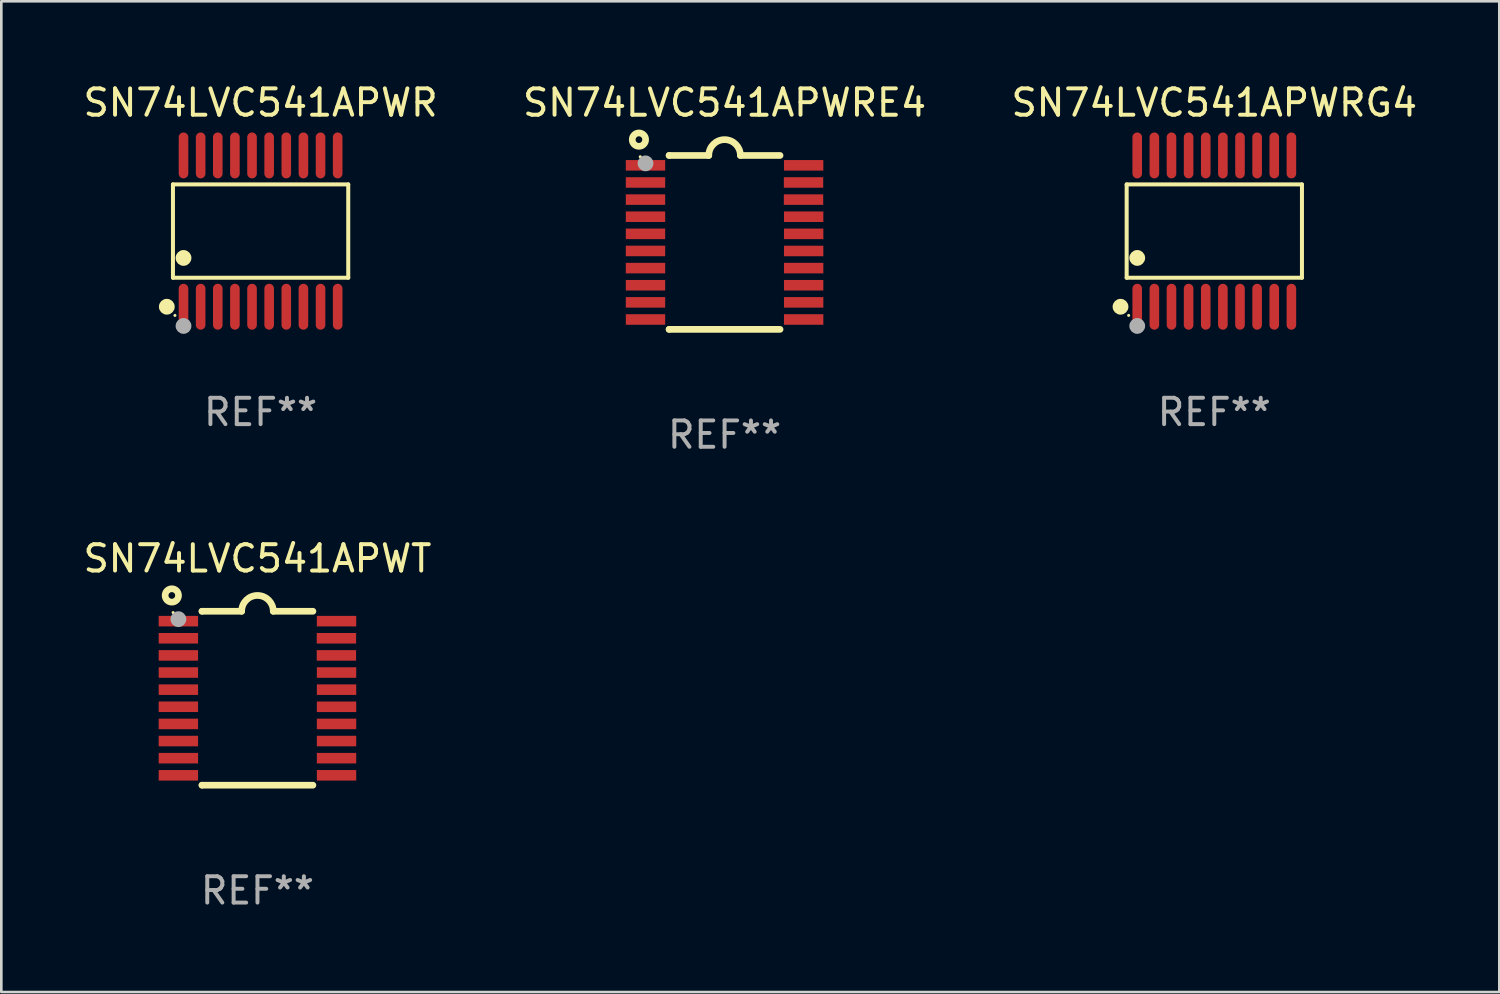
<source format=kicad_pcb>
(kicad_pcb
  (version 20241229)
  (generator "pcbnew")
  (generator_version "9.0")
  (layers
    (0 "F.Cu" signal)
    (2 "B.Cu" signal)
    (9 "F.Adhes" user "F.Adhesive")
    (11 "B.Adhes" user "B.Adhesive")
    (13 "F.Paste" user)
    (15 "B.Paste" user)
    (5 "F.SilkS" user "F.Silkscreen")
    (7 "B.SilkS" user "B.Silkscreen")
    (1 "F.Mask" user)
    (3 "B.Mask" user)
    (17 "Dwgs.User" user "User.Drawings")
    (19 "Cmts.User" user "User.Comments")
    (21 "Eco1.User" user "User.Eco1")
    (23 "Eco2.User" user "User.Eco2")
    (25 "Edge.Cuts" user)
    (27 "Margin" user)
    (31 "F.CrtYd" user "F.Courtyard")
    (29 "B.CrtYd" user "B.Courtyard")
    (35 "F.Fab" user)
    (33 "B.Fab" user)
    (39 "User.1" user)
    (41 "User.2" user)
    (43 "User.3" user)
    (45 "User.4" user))
  (footprint "SN74LVC541APWT"
    (layer "F.Cu")
    (at 6.72 23.446)
    (property "Reference" "SN74LVC541APWT" (at 0 -5.3 0) (layer "F.SilkS") (effects (font (size 1 1) (thickness 0.15))))
    (attr through_hole)
    (fp_line (start -2.105 -3.3) (end -2.105 -3.3) (stroke (width 0.254) (type solid)) (layer "F.SilkS"))
    (fp_line (start -2.105 -3.3) (end -0.6 -3.3) (stroke (width 0.254) (type solid)) (layer "F.SilkS"))
    (fp_line (start -2.105 3.3) (end -2.105 3.3) (stroke (width 0.254) (type solid)) (layer "F.SilkS"))
    (fp_line (start 0.6 -3.3) (end 2.105 -3.3) (stroke (width 0.254) (type solid)) (layer "F.SilkS"))
    (fp_line (start 2.105 3.3) (end -2.105 3.3) (stroke (width 0.254) (type solid)) (layer "F.SilkS"))
    (fp_arc (start -0.599924 -3.300026) (mid 0.000114 -3.897415) (end 0.600152 -3.300025) (stroke (width 0.254001) (type solid)) (layer "F.SilkS"))
    (fp_circle (center -3.25 -3.9) (end -2.996 -3.9) (stroke (width 0.254) (type solid)) (fill no) (layer "F.SilkS"))
    (fp_circle (center -3.2 -3.25) (end -3.17 -3.25) (stroke (width 0.06) (type solid)) (fill no) (layer "F.SilkS"))
    (fp_circle (center -3 -3) (end -2.85 -3) (stroke (width 0.3) (type solid)) (fill no) (layer "F.Fab"))
    (fp_text user "REF**" (at 0 7.3 0) (layer "F.Fab") (effects (font (size 1 1) (thickness 0.15))))
    (pad "1" smd rect (at -3.001 -2.925 270) (size 0.4 1.494) (layers "F.Cu" "F.Mask" "F.Paste"))
    (pad "2" smd rect (at -3.001 -2.275 270) (size 0.4 1.494) (layers "F.Cu" "F.Mask" "F.Paste"))
    (pad "3" smd rect (at -3.001 -1.625 270) (size 0.4 1.494) (layers "F.Cu" "F.Mask" "F.Paste"))
    (pad "4" smd rect (at -3.001 -0.975 270) (size 0.4 1.494) (layers "F.Cu" "F.Mask" "F.Paste"))
    (pad "5" smd rect (at -3.001 -0.325 270) (size 0.4 1.494) (layers "F.Cu" "F.Mask" "F.Paste"))
    (pad "6" smd rect (at -3.001 0.324 270) (size 0.4 1.494) (layers "F.Cu" "F.Mask" "F.Paste"))
    (pad "7" smd rect (at -3.001 0.975 270) (size 0.4 1.494) (layers "F.Cu" "F.Mask" "F.Paste"))
    (pad "8" smd rect (at -3.001 1.625 270) (size 0.4 1.494) (layers "F.Cu" "F.Mask" "F.Paste"))
    (pad "9" smd rect (at -3.001 2.275 270) (size 0.4 1.494) (layers "F.Cu" "F.Mask" "F.Paste"))
    (pad "10" smd rect (at -3.001 2.925 270) (size 0.4 1.494) (layers "F.Cu" "F.Mask" "F.Paste"))
    (pad "11" smd rect (at 3.001 2.925 270) (size 0.4 1.494) (layers "F.Cu" "F.Mask" "F.Paste"))
    (pad "12" smd rect (at 3.001 2.275 270) (size 0.4 1.494) (layers "F.Cu" "F.Mask" "F.Paste"))
    (pad "13" smd rect (at 3.001 1.625 270) (size 0.4 1.494) (layers "F.Cu" "F.Mask" "F.Paste"))
    (pad "14" smd rect (at 3.001 0.975 270) (size 0.4 1.494) (layers "F.Cu" "F.Mask" "F.Paste"))
    (pad "15" smd rect (at 3.001 0.325 270) (size 0.4 1.494) (layers "F.Cu" "F.Mask" "F.Paste"))
    (pad "16" smd rect (at 3.001 -0.325 270) (size 0.4 1.494) (layers "F.Cu" "F.Mask" "F.Paste"))
    (pad "17" smd rect (at 3.001 -0.975 270) (size 0.4 1.494) (layers "F.Cu" "F.Mask" "F.Paste"))
    (pad "18" smd rect (at 2.996 -1.625 270) (size 0.4 1.494) (layers "F.Cu" "F.Mask" "F.Paste"))
    (pad "19" smd rect (at 2.996 -2.275 270) (size 0.4 1.494) (layers "F.Cu" "F.Mask" "F.Paste"))
    (pad "20" smd rect (at 3.001 -2.925 270) (size 0.4 1.494) (layers "F.Cu" "F.Mask" "F.Paste")))
  (footprint "SN74LVC541APWR"
    (layer "F.Cu")
    (at 6.839 5.719)
    (property "Reference" "SN74LVC541APWR" (at 0 -4.871 0) (layer "F.SilkS") (effects (font (size 1 1) (thickness 0.15))))
    (attr through_hole)
    (fp_line (start -3.326 -1.771) (end 3.326 -1.771) (stroke (width 0.152) (type solid)) (layer "F.SilkS"))
    (fp_line (start -3.326 1.771) (end -3.326 -1.771) (stroke (width 0.152) (type solid)) (layer "F.SilkS"))
    (fp_line (start 3.326 -1.771) (end 3.326 1.771) (stroke (width 0.152) (type solid)) (layer "F.SilkS"))
    (fp_line (start 3.326 1.771) (end -3.326 1.771) (stroke (width 0.152) (type solid)) (layer "F.SilkS"))
    (fp_circle (center -3.559 2.871) (end -3.409 2.871) (stroke (width 0.3) (type solid)) (fill no) (layer "F.SilkS"))
    (fp_circle (center -3.25 3.2) (end -3.22 3.2) (stroke (width 0.06) (type solid)) (fill no) (layer "F.SilkS"))
    (fp_circle (center -2.925 1.019) (end -2.775 1.019) (stroke (width 0.3) (type solid)) (fill no) (layer "F.SilkS"))
    (fp_circle (center -2.925 3.6) (end -2.775 3.6) (stroke (width 0.3) (type solid)) (fill no) (layer "F.Fab"))
    (fp_text user "REF**" (at 0 6.871 0) (layer "F.Fab") (effects (font (size 1 1) (thickness 0.15))))
    (pad "1" smd oval (at -2.925 2.871) (size 0.364 1.742) (layers "F.Cu" "F.Mask" "F.Paste"))
    (pad "2" smd oval (at -2.275 2.871) (size 0.364 1.742) (layers "F.Cu" "F.Mask" "F.Paste"))
    (pad "3" smd oval (at -1.625 2.871) (size 0.364 1.742) (layers "F.Cu" "F.Mask" "F.Paste"))
    (pad "4" smd oval (at -0.975 2.871) (size 0.364 1.742) (layers "F.Cu" "F.Mask" "F.Paste"))
    (pad "5" smd oval (at -0.325 2.871) (size 0.364 1.742) (layers "F.Cu" "F.Mask" "F.Paste"))
    (pad "6" smd oval (at 0.325 2.871) (size 0.364 1.742) (layers "F.Cu" "F.Mask" "F.Paste"))
    (pad "7" smd oval (at 0.975 2.871) (size 0.364 1.742) (layers "F.Cu" "F.Mask" "F.Paste"))
    (pad "8" smd oval (at 1.625 2.871) (size 0.364 1.742) (layers "F.Cu" "F.Mask" "F.Paste"))
    (pad "9" smd oval (at 2.275 2.871) (size 0.364 1.742) (layers "F.Cu" "F.Mask" "F.Paste"))
    (pad "10" smd oval (at 2.925 2.871) (size 0.364 1.742) (layers "F.Cu" "F.Mask" "F.Paste"))
    (pad "11" smd oval (at 2.925 -2.871) (size 0.364 1.742) (layers "F.Cu" "F.Mask" "F.Paste"))
    (pad "12" smd oval (at 2.275 -2.871) (size 0.364 1.742) (layers "F.Cu" "F.Mask" "F.Paste"))
    (pad "13" smd oval (at 1.625 -2.871) (size 0.364 1.742) (layers "F.Cu" "F.Mask" "F.Paste"))
    (pad "14" smd oval (at 0.975 -2.871) (size 0.364 1.742) (layers "F.Cu" "F.Mask" "F.Paste"))
    (pad "15" smd oval (at 0.325 -2.871) (size 0.364 1.742) (layers "F.Cu" "F.Mask" "F.Paste"))
    (pad "16" smd oval (at -0.325 -2.871) (size 0.364 1.742) (layers "F.Cu" "F.Mask" "F.Paste"))
    (pad "17" smd oval (at -0.975 -2.871) (size 0.364 1.742) (layers "F.Cu" "F.Mask" "F.Paste"))
    (pad "18" smd oval (at -1.625 -2.871) (size 0.364 1.742) (layers "F.Cu" "F.Mask" "F.Paste"))
    (pad "19" smd oval (at -2.275 -2.871) (size 0.364 1.742) (layers "F.Cu" "F.Mask" "F.Paste"))
    (pad "20" smd oval (at -2.925 -2.871) (size 0.364 1.742) (layers "F.Cu" "F.Mask" "F.Paste")))
  (footprint "SN74LVC541APWRG4"
    (layer "F.Cu")
    (at 43.03 5.719)
    (property "Reference" "SN74LVC541APWRG4" (at 0 -4.871 0) (layer "F.SilkS") (effects (font (size 1 1) (thickness 0.15))))
    (attr through_hole)
    (fp_line (start -3.326 -1.771) (end 3.326 -1.771) (stroke (width 0.152) (type solid)) (layer "F.SilkS"))
    (fp_line (start -3.326 1.771) (end -3.326 -1.771) (stroke (width 0.152) (type solid)) (layer "F.SilkS"))
    (fp_line (start 3.326 -1.771) (end 3.326 1.771) (stroke (width 0.152) (type solid)) (layer "F.SilkS"))
    (fp_line (start 3.326 1.771) (end -3.326 1.771) (stroke (width 0.152) (type solid)) (layer "F.SilkS"))
    (fp_circle (center -3.559 2.871) (end -3.409 2.871) (stroke (width 0.3) (type solid)) (fill no) (layer "F.SilkS"))
    (fp_circle (center -3.25 3.2) (end -3.22 3.2) (stroke (width 0.06) (type solid)) (fill no) (layer "F.SilkS"))
    (fp_circle (center -2.925 1.019) (end -2.775 1.019) (stroke (width 0.3) (type solid)) (fill no) (layer "F.SilkS"))
    (fp_circle (center -2.925 3.6) (end -2.775 3.6) (stroke (width 0.3) (type solid)) (fill no) (layer "F.Fab"))
    (fp_text user "REF**" (at 0 6.871 0) (layer "F.Fab") (effects (font (size 1 1) (thickness 0.15))))
    (pad "1" smd oval (at -2.925 2.871) (size 0.364 1.742) (layers "F.Cu" "F.Mask" "F.Paste"))
    (pad "2" smd oval (at -2.275 2.871) (size 0.364 1.742) (layers "F.Cu" "F.Mask" "F.Paste"))
    (pad "3" smd oval (at -1.625 2.871) (size 0.364 1.742) (layers "F.Cu" "F.Mask" "F.Paste"))
    (pad "4" smd oval (at -0.975 2.871) (size 0.364 1.742) (layers "F.Cu" "F.Mask" "F.Paste"))
    (pad "5" smd oval (at -0.325 2.871) (size 0.364 1.742) (layers "F.Cu" "F.Mask" "F.Paste"))
    (pad "6" smd oval (at 0.325 2.871) (size 0.364 1.742) (layers "F.Cu" "F.Mask" "F.Paste"))
    (pad "7" smd oval (at 0.975 2.871) (size 0.364 1.742) (layers "F.Cu" "F.Mask" "F.Paste"))
    (pad "8" smd oval (at 1.625 2.871) (size 0.364 1.742) (layers "F.Cu" "F.Mask" "F.Paste"))
    (pad "9" smd oval (at 2.275 2.871) (size 0.364 1.742) (layers "F.Cu" "F.Mask" "F.Paste"))
    (pad "10" smd oval (at 2.925 2.871) (size 0.364 1.742) (layers "F.Cu" "F.Mask" "F.Paste"))
    (pad "11" smd oval (at 2.925 -2.871) (size 0.364 1.742) (layers "F.Cu" "F.Mask" "F.Paste"))
    (pad "12" smd oval (at 2.275 -2.871) (size 0.364 1.742) (layers "F.Cu" "F.Mask" "F.Paste"))
    (pad "13" smd oval (at 1.625 -2.871) (size 0.364 1.742) (layers "F.Cu" "F.Mask" "F.Paste"))
    (pad "14" smd oval (at 0.975 -2.871) (size 0.364 1.742) (layers "F.Cu" "F.Mask" "F.Paste"))
    (pad "15" smd oval (at 0.325 -2.871) (size 0.364 1.742) (layers "F.Cu" "F.Mask" "F.Paste"))
    (pad "16" smd oval (at -0.325 -2.871) (size 0.364 1.742) (layers "F.Cu" "F.Mask" "F.Paste"))
    (pad "17" smd oval (at -0.975 -2.871) (size 0.364 1.742) (layers "F.Cu" "F.Mask" "F.Paste"))
    (pad "18" smd oval (at -1.625 -2.871) (size 0.364 1.742) (layers "F.Cu" "F.Mask" "F.Paste"))
    (pad "19" smd oval (at -2.275 -2.871) (size 0.364 1.742) (layers "F.Cu" "F.Mask" "F.Paste"))
    (pad "20" smd oval (at -2.925 -2.871) (size 0.364 1.742) (layers "F.Cu" "F.Mask" "F.Paste")))
  (footprint "SN74LVC541APWRE4"
    (layer "F.Cu")
    (at 24.446 6.149)
    (property "Reference" "SN74LVC541APWRE4" (at 0 -5.3 0) (layer "F.SilkS") (effects (font (size 1 1) (thickness 0.15))))
    (attr through_hole)
    (fp_line (start -2.105 -3.3) (end -2.105 -3.3) (stroke (width 0.254) (type solid)) (layer "F.SilkS"))
    (fp_line (start -2.105 -3.3) (end -0.6 -3.3) (stroke (width 0.254) (type solid)) (layer "F.SilkS"))
    (fp_line (start -2.105 3.3) (end -2.105 3.3) (stroke (width 0.254) (type solid)) (layer "F.SilkS"))
    (fp_line (start 0.6 -3.3) (end 2.105 -3.3) (stroke (width 0.254) (type solid)) (layer "F.SilkS"))
    (fp_line (start 2.105 3.3) (end -2.105 3.3) (stroke (width 0.254) (type solid)) (layer "F.SilkS"))
    (fp_arc (start -0.599924 -3.300026) (mid 0.000114 -3.897415) (end 0.600152 -3.300025) (stroke (width 0.254001) (type solid)) (layer "F.SilkS"))
    (fp_circle (center -3.25 -3.9) (end -2.996 -3.9) (stroke (width 0.254) (type solid)) (fill no) (layer "F.SilkS"))
    (fp_circle (center -3.2 -3.25) (end -3.17 -3.25) (stroke (width 0.06) (type solid)) (fill no) (layer "F.SilkS"))
    (fp_circle (center -3 -3) (end -2.85 -3) (stroke (width 0.3) (type solid)) (fill no) (layer "F.Fab"))
    (fp_text user "REF**" (at 0 7.3 0) (layer "F.Fab") (effects (font (size 1 1) (thickness 0.15))))
    (pad "1" smd rect (at -3.001 -2.925 270) (size 0.4 1.494) (layers "F.Cu" "F.Mask" "F.Paste"))
    (pad "2" smd rect (at -3.001 -2.275 270) (size 0.4 1.494) (layers "F.Cu" "F.Mask" "F.Paste"))
    (pad "3" smd rect (at -3.001 -1.625 270) (size 0.4 1.494) (layers "F.Cu" "F.Mask" "F.Paste"))
    (pad "4" smd rect (at -3.001 -0.975 270) (size 0.4 1.494) (layers "F.Cu" "F.Mask" "F.Paste"))
    (pad "5" smd rect (at -3.001 -0.325 270) (size 0.4 1.494) (layers "F.Cu" "F.Mask" "F.Paste"))
    (pad "6" smd rect (at -3.001 0.324 270) (size 0.4 1.494) (layers "F.Cu" "F.Mask" "F.Paste"))
    (pad "7" smd rect (at -3.001 0.975 270) (size 0.4 1.494) (layers "F.Cu" "F.Mask" "F.Paste"))
    (pad "8" smd rect (at -3.001 1.625 270) (size 0.4 1.494) (layers "F.Cu" "F.Mask" "F.Paste"))
    (pad "9" smd rect (at -3.001 2.275 270) (size 0.4 1.494) (layers "F.Cu" "F.Mask" "F.Paste"))
    (pad "10" smd rect (at -3.001 2.925 270) (size 0.4 1.494) (layers "F.Cu" "F.Mask" "F.Paste"))
    (pad "11" smd rect (at 3.001 2.925 270) (size 0.4 1.494) (layers "F.Cu" "F.Mask" "F.Paste"))
    (pad "12" smd rect (at 3.001 2.275 270) (size 0.4 1.494) (layers "F.Cu" "F.Mask" "F.Paste"))
    (pad "13" smd rect (at 3.001 1.625 270) (size 0.4 1.494) (layers "F.Cu" "F.Mask" "F.Paste"))
    (pad "14" smd rect (at 3.001 0.975 270) (size 0.4 1.494) (layers "F.Cu" "F.Mask" "F.Paste"))
    (pad "15" smd rect (at 3.001 0.325 270) (size 0.4 1.494) (layers "F.Cu" "F.Mask" "F.Paste"))
    (pad "16" smd rect (at 3.001 -0.325 270) (size 0.4 1.494) (layers "F.Cu" "F.Mask" "F.Paste"))
    (pad "17" smd rect (at 3.001 -0.975 270) (size 0.4 1.494) (layers "F.Cu" "F.Mask" "F.Paste"))
    (pad "18" smd rect (at 2.996 -1.625 270) (size 0.4 1.494) (layers "F.Cu" "F.Mask" "F.Paste"))
    (pad "19" smd rect (at 2.996 -2.275 270) (size 0.4 1.494) (layers "F.Cu" "F.Mask" "F.Paste"))
    (pad "20" smd rect (at 3.001 -2.925 270) (size 0.4 1.494) (layers "F.Cu" "F.Mask" "F.Paste")))
  (gr_rect
    (start -3 -3)
    (end 53.845 34.595)
    (stroke (width 0.1) (type default))
    (fill no)
    (layer "Edge.Cuts")))
</source>
